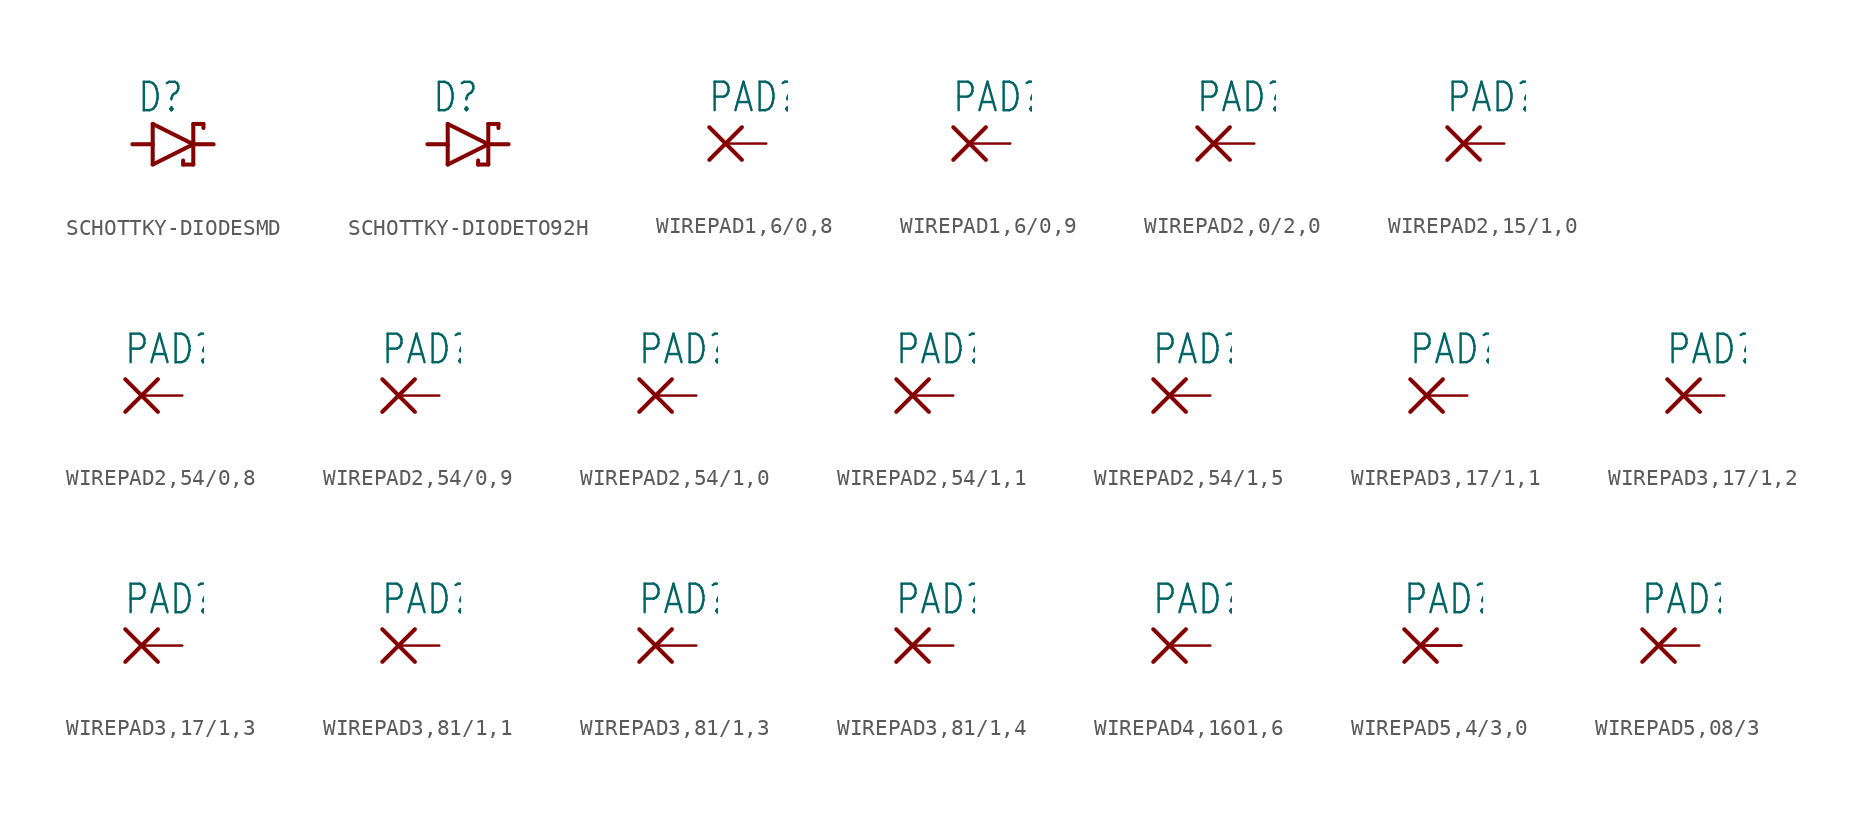
<source format=kicad_sym>
(kicad_symbol_lib
  (version 20241209)
  (generator "kicad_symbol_editor")
  (generator_version "9.0")
  (symbol "SCHOTTKY-DIODESMD"
    (property "Reference" "D"
      (at -2.286 1.905 0)
      (effects (font (size 1.778 1.511)) (justify left bottom)))
    (property "Value" ""
      (at -2.286 -3.429 0)
      (effects (font (size 1.778 1.511)) (justify left bottom)))
    (property "ki_locked" ""
      (at 0 0 0)
      (effects (font (size 1.27 1.27))))
    (symbol "SCHOTTKY-DIODESMD_1_0"
      (polyline (pts (xy -1.27 1.27) (xy -1.27 0)) (stroke (width 0.254) (type solid)) (fill (type none)))
      (polyline (pts (xy -1.27 0) (xy -2.54 0)) (stroke (width 0.254) (type solid)) (fill (type none)))
      (polyline (pts (xy -1.27 0) (xy -1.27 -1.27)) (stroke (width 0.254) (type solid)) (fill (type none)))
      (polyline (pts (xy -1.27 -1.27) (xy 1.27 0)) (stroke (width 0.254) (type solid)) (fill (type none)))
      (polyline (pts (xy 0.635 -1.016) (xy 0.635 -1.27)) (stroke (width 0.254) (type solid)) (fill (type none)))
      (polyline (pts (xy 1.27 1.27) (xy 1.27 0)) (stroke (width 0.254) (type solid)) (fill (type none)))
      (polyline (pts (xy 1.27 0) (xy -1.27 1.27)) (stroke (width 0.254) (type solid)) (fill (type none)))
      (polyline (pts (xy 1.27 0) (xy 1.27 -1.27)) (stroke (width 0.254) (type solid)) (fill (type none)))
      (polyline (pts (xy 1.27 0) (xy 2.54 0)) (stroke (width 0.254) (type solid)) (fill (type none)))
      (polyline (pts (xy 1.27 -1.27) (xy 0.635 -1.27)) (stroke (width 0.254) (type solid)) (fill (type none)))
      (polyline (pts (xy 1.905 1.27) (xy 1.27 1.27)) (stroke (width 0.254) (type solid)) (fill (type none)))
      (polyline (pts (xy 1.905 1.27) (xy 1.905 1.016)) (stroke (width 0.254) (type solid)) (fill (type none)))
      (pin passive line (at -2.54 0 0) (length 0) (name "A" (effects (font (size 0 0)))) (number "A" (effects (font (size 0 0)))))
      (pin passive line (at 2.54 0 180) (length 0) (name "C" (effects (font (size 0 0)))) (number "C" (effects (font (size 0 0)))))))
  (symbol "SCHOTTKY-DIODETO92H"
    (property "Reference" "D"
      (at -2.286 1.905 0)
      (effects (font (size 1.778 1.511)) (justify left bottom)))
    (property "Value" ""
      (at -2.286 -3.429 0)
      (effects (font (size 1.778 1.511)) (justify left bottom)))
    (property "ki_locked" ""
      (at 0 0 0)
      (effects (font (size 1.27 1.27))))
    (symbol "SCHOTTKY-DIODETO92H_1_0"
      (polyline (pts (xy -1.27 1.27) (xy -1.27 0)) (stroke (width 0.254) (type solid)) (fill (type none)))
      (polyline (pts (xy -1.27 0) (xy -2.54 0)) (stroke (width 0.254) (type solid)) (fill (type none)))
      (polyline (pts (xy -1.27 0) (xy -1.27 -1.27)) (stroke (width 0.254) (type solid)) (fill (type none)))
      (polyline (pts (xy -1.27 -1.27) (xy 1.27 0)) (stroke (width 0.254) (type solid)) (fill (type none)))
      (polyline (pts (xy 0.635 -1.016) (xy 0.635 -1.27)) (stroke (width 0.254) (type solid)) (fill (type none)))
      (polyline (pts (xy 1.27 1.27) (xy 1.27 0)) (stroke (width 0.254) (type solid)) (fill (type none)))
      (polyline (pts (xy 1.27 0) (xy -1.27 1.27)) (stroke (width 0.254) (type solid)) (fill (type none)))
      (polyline (pts (xy 1.27 0) (xy 1.27 -1.27)) (stroke (width 0.254) (type solid)) (fill (type none)))
      (polyline (pts (xy 1.27 0) (xy 2.54 0)) (stroke (width 0.254) (type solid)) (fill (type none)))
      (polyline (pts (xy 1.27 -1.27) (xy 0.635 -1.27)) (stroke (width 0.254) (type solid)) (fill (type none)))
      (polyline (pts (xy 1.905 1.27) (xy 1.27 1.27)) (stroke (width 0.254) (type solid)) (fill (type none)))
      (polyline (pts (xy 1.905 1.27) (xy 1.905 1.016)) (stroke (width 0.254) (type solid)) (fill (type none)))
      (pin passive line (at -2.54 0 0) (length 0) (name "A" (effects (font (size 0 0)))) (number "1" (effects (font (size 0 0)))))
      (pin passive line (at 2.54 0 180) (length 0) (name "C" (effects (font (size 0 0)))) (number "2" (effects (font (size 0 0)))))))
  (symbol "WIREPAD1,6/0,8"
    (property "Reference" "PAD"
      (at -1.143 1.854 0)
      (effects (font (size 1.778 1.511)) (justify left bottom)))
    (property "Value" ""
      (at -1.143 -3.302 0)
      (effects (font (size 1.778 1.511)) (justify left bottom)))
    (property "ki_locked" ""
      (at 0 0 0)
      (effects (font (size 1.27 1.27))))
    (symbol "WIREPAD1,6/0,8_1_0"
      (polyline (pts (xy -1.016 1.016) (xy 1.016 -1.016)) (stroke (width 0.254) (type solid)) (fill (type none)))
      (polyline (pts (xy -1.016 -1.016) (xy 1.016 1.016)) (stroke (width 0.254) (type solid)) (fill (type none)))
      (pin passive line (at 2.54 0 180) (length 2.54) (name "P" (effects (font (size 0 0)))) (number "1" (effects (font (size 0 0)))))))
  (symbol "WIREPAD1,6/0,9"
    (property "Reference" "PAD"
      (at -1.143 1.854 0)
      (effects (font (size 1.778 1.511)) (justify left bottom)))
    (property "Value" ""
      (at -1.143 -3.302 0)
      (effects (font (size 1.778 1.511)) (justify left bottom)))
    (property "ki_locked" ""
      (at 0 0 0)
      (effects (font (size 1.27 1.27))))
    (symbol "WIREPAD1,6/0,9_1_0"
      (polyline (pts (xy -1.016 1.016) (xy 1.016 -1.016)) (stroke (width 0.254) (type solid)) (fill (type none)))
      (polyline (pts (xy -1.016 -1.016) (xy 1.016 1.016)) (stroke (width 0.254) (type solid)) (fill (type none)))
      (pin passive line (at 2.54 0 180) (length 2.54) (name "P" (effects (font (size 0 0)))) (number "1" (effects (font (size 0 0)))))))
  (symbol "WIREPAD2,0/2,0"
    (property "Reference" "PAD"
      (at -1.143 1.854 0)
      (effects (font (size 1.778 1.511)) (justify left bottom)))
    (property "Value" ""
      (at -1.143 -3.302 0)
      (effects (font (size 1.778 1.511)) (justify left bottom)))
    (property "ki_locked" ""
      (at 0 0 0)
      (effects (font (size 1.27 1.27))))
    (symbol "WIREPAD2,0/2,0_1_0"
      (polyline (pts (xy -1.016 1.016) (xy 1.016 -1.016)) (stroke (width 0.254) (type solid)) (fill (type none)))
      (polyline (pts (xy -1.016 -1.016) (xy 1.016 1.016)) (stroke (width 0.254) (type solid)) (fill (type none)))
      (pin passive line (at 2.54 0 180) (length 2.54) (name "P" (effects (font (size 0 0)))) (number "1" (effects (font (size 0 0)))))))
  (symbol "WIREPAD2,15/1,0"
    (property "Reference" "PAD"
      (at -1.143 1.854 0)
      (effects (font (size 1.778 1.511)) (justify left bottom)))
    (property "Value" ""
      (at -1.143 -3.302 0)
      (effects (font (size 1.778 1.511)) (justify left bottom)))
    (property "ki_locked" ""
      (at 0 0 0)
      (effects (font (size 1.27 1.27))))
    (symbol "WIREPAD2,15/1,0_1_0"
      (polyline (pts (xy -1.016 1.016) (xy 1.016 -1.016)) (stroke (width 0.254) (type solid)) (fill (type none)))
      (polyline (pts (xy -1.016 -1.016) (xy 1.016 1.016)) (stroke (width 0.254) (type solid)) (fill (type none)))
      (pin passive line (at 2.54 0 180) (length 2.54) (name "P" (effects (font (size 0 0)))) (number "1" (effects (font (size 0 0)))))))
  (symbol "WIREPAD2,54/0,8"
    (property "Reference" "PAD"
      (at -1.143 1.854 0)
      (effects (font (size 1.778 1.511)) (justify left bottom)))
    (property "Value" ""
      (at -1.143 -3.302 0)
      (effects (font (size 1.778 1.511)) (justify left bottom)))
    (property "ki_locked" ""
      (at 0 0 0)
      (effects (font (size 1.27 1.27))))
    (symbol "WIREPAD2,54/0,8_1_0"
      (polyline (pts (xy -1.016 1.016) (xy 1.016 -1.016)) (stroke (width 0.254) (type solid)) (fill (type none)))
      (polyline (pts (xy -1.016 -1.016) (xy 1.016 1.016)) (stroke (width 0.254) (type solid)) (fill (type none)))
      (pin passive line (at 2.54 0 180) (length 2.54) (name "P" (effects (font (size 0 0)))) (number "1" (effects (font (size 0 0)))))))
  (symbol "WIREPAD2,54/0,9"
    (property "Reference" "PAD"
      (at -1.143 1.854 0)
      (effects (font (size 1.778 1.511)) (justify left bottom)))
    (property "Value" ""
      (at -1.143 -3.302 0)
      (effects (font (size 1.778 1.511)) (justify left bottom)))
    (property "ki_locked" ""
      (at 0 0 0)
      (effects (font (size 1.27 1.27))))
    (symbol "WIREPAD2,54/0,9_1_0"
      (polyline (pts (xy -1.016 1.016) (xy 1.016 -1.016)) (stroke (width 0.254) (type solid)) (fill (type none)))
      (polyline (pts (xy -1.016 -1.016) (xy 1.016 1.016)) (stroke (width 0.254) (type solid)) (fill (type none)))
      (pin passive line (at 2.54 0 180) (length 2.54) (name "P" (effects (font (size 0 0)))) (number "1" (effects (font (size 0 0)))))))
  (symbol "WIREPAD2,54/1,0"
    (property "Reference" "PAD"
      (at -1.143 1.854 0)
      (effects (font (size 1.778 1.511)) (justify left bottom)))
    (property "Value" ""
      (at -1.143 -3.302 0)
      (effects (font (size 1.778 1.511)) (justify left bottom)))
    (property "ki_locked" ""
      (at 0 0 0)
      (effects (font (size 1.27 1.27))))
    (symbol "WIREPAD2,54/1,0_1_0"
      (polyline (pts (xy -1.016 1.016) (xy 1.016 -1.016)) (stroke (width 0.254) (type solid)) (fill (type none)))
      (polyline (pts (xy -1.016 -1.016) (xy 1.016 1.016)) (stroke (width 0.254) (type solid)) (fill (type none)))
      (pin passive line (at 2.54 0 180) (length 2.54) (name "P" (effects (font (size 0 0)))) (number "1" (effects (font (size 0 0)))))))
  (symbol "WIREPAD2,54/1,1"
    (property "Reference" "PAD"
      (at -1.143 1.854 0)
      (effects (font (size 1.778 1.511)) (justify left bottom)))
    (property "Value" ""
      (at -1.143 -3.302 0)
      (effects (font (size 1.778 1.511)) (justify left bottom)))
    (property "ki_locked" ""
      (at 0 0 0)
      (effects (font (size 1.27 1.27))))
    (symbol "WIREPAD2,54/1,1_1_0"
      (polyline (pts (xy -1.016 1.016) (xy 1.016 -1.016)) (stroke (width 0.254) (type solid)) (fill (type none)))
      (polyline (pts (xy -1.016 -1.016) (xy 1.016 1.016)) (stroke (width 0.254) (type solid)) (fill (type none)))
      (pin passive line (at 2.54 0 180) (length 2.54) (name "P" (effects (font (size 0 0)))) (number "1" (effects (font (size 0 0)))))))
  (symbol "WIREPAD2,54/1,5"
    (property "Reference" "PAD"
      (at -1.143 1.854 0)
      (effects (font (size 1.778 1.511)) (justify left bottom)))
    (property "Value" ""
      (at -1.143 -3.302 0)
      (effects (font (size 1.778 1.511)) (justify left bottom)))
    (property "ki_locked" ""
      (at 0 0 0)
      (effects (font (size 1.27 1.27))))
    (symbol "WIREPAD2,54/1,5_1_0"
      (polyline (pts (xy -1.016 1.016) (xy 1.016 -1.016)) (stroke (width 0.254) (type solid)) (fill (type none)))
      (polyline (pts (xy -1.016 -1.016) (xy 1.016 1.016)) (stroke (width 0.254) (type solid)) (fill (type none)))
      (pin passive line (at 2.54 0 180) (length 2.54) (name "P" (effects (font (size 0 0)))) (number "P$1" (effects (font (size 0 0)))))))
  (symbol "WIREPAD3,17/1,1"
    (property "Reference" "PAD"
      (at -1.143 1.854 0)
      (effects (font (size 1.778 1.511)) (justify left bottom)))
    (property "Value" ""
      (at -1.143 -3.302 0)
      (effects (font (size 1.778 1.511)) (justify left bottom)))
    (property "ki_locked" ""
      (at 0 0 0)
      (effects (font (size 1.27 1.27))))
    (symbol "WIREPAD3,17/1,1_1_0"
      (polyline (pts (xy -1.016 1.016) (xy 1.016 -1.016)) (stroke (width 0.254) (type solid)) (fill (type none)))
      (polyline (pts (xy -1.016 -1.016) (xy 1.016 1.016)) (stroke (width 0.254) (type solid)) (fill (type none)))
      (pin passive line (at 2.54 0 180) (length 2.54) (name "P" (effects (font (size 0 0)))) (number "1" (effects (font (size 0 0)))))))
  (symbol "WIREPAD3,17/1,2"
    (property "Reference" "PAD"
      (at -1.143 1.854 0)
      (effects (font (size 1.778 1.511)) (justify left bottom)))
    (property "Value" ""
      (at -1.143 -3.302 0)
      (effects (font (size 1.778 1.511)) (justify left bottom)))
    (property "ki_locked" ""
      (at 0 0 0)
      (effects (font (size 1.27 1.27))))
    (symbol "WIREPAD3,17/1,2_1_0"
      (polyline (pts (xy -1.016 1.016) (xy 1.016 -1.016)) (stroke (width 0.254) (type solid)) (fill (type none)))
      (polyline (pts (xy -1.016 -1.016) (xy 1.016 1.016)) (stroke (width 0.254) (type solid)) (fill (type none)))
      (pin passive line (at 2.54 0 180) (length 2.54) (name "P" (effects (font (size 0 0)))) (number "1" (effects (font (size 0 0)))))))
  (symbol "WIREPAD3,17/1,3"
    (property "Reference" "PAD"
      (at -1.143 1.854 0)
      (effects (font (size 1.778 1.511)) (justify left bottom)))
    (property "Value" ""
      (at -1.143 -3.302 0)
      (effects (font (size 1.778 1.511)) (justify left bottom)))
    (property "ki_locked" ""
      (at 0 0 0)
      (effects (font (size 1.27 1.27))))
    (symbol "WIREPAD3,17/1,3_1_0"
      (polyline (pts (xy -1.016 1.016) (xy 1.016 -1.016)) (stroke (width 0.254) (type solid)) (fill (type none)))
      (polyline (pts (xy -1.016 -1.016) (xy 1.016 1.016)) (stroke (width 0.254) (type solid)) (fill (type none)))
      (pin passive line (at 2.54 0 180) (length 2.54) (name "P" (effects (font (size 0 0)))) (number "1" (effects (font (size 0 0)))))))
  (symbol "WIREPAD3,81/1,1"
    (property "Reference" "PAD"
      (at -1.143 1.854 0)
      (effects (font (size 1.778 1.511)) (justify left bottom)))
    (property "Value" ""
      (at -1.143 -3.302 0)
      (effects (font (size 1.778 1.511)) (justify left bottom)))
    (property "ki_locked" ""
      (at 0 0 0)
      (effects (font (size 1.27 1.27))))
    (symbol "WIREPAD3,81/1,1_1_0"
      (polyline (pts (xy -1.016 1.016) (xy 1.016 -1.016)) (stroke (width 0.254) (type solid)) (fill (type none)))
      (polyline (pts (xy -1.016 -1.016) (xy 1.016 1.016)) (stroke (width 0.254) (type solid)) (fill (type none)))
      (pin passive line (at 2.54 0 180) (length 2.54) (name "P" (effects (font (size 0 0)))) (number "1" (effects (font (size 0 0)))))))
  (symbol "WIREPAD3,81/1,3"
    (property "Reference" "PAD"
      (at -1.143 1.854 0)
      (effects (font (size 1.778 1.511)) (justify left bottom)))
    (property "Value" ""
      (at -1.143 -3.302 0)
      (effects (font (size 1.778 1.511)) (justify left bottom)))
    (property "ki_locked" ""
      (at 0 0 0)
      (effects (font (size 1.27 1.27))))
    (symbol "WIREPAD3,81/1,3_1_0"
      (polyline (pts (xy -1.016 1.016) (xy 1.016 -1.016)) (stroke (width 0.254) (type solid)) (fill (type none)))
      (polyline (pts (xy -1.016 -1.016) (xy 1.016 1.016)) (stroke (width 0.254) (type solid)) (fill (type none)))
      (pin passive line (at 2.54 0 180) (length 2.54) (name "P" (effects (font (size 0 0)))) (number "1" (effects (font (size 0 0)))))))
  (symbol "WIREPAD3,81/1,4"
    (property "Reference" "PAD"
      (at -1.143 1.854 0)
      (effects (font (size 1.778 1.511)) (justify left bottom)))
    (property "Value" ""
      (at -1.143 -3.302 0)
      (effects (font (size 1.778 1.511)) (justify left bottom)))
    (property "ki_locked" ""
      (at 0 0 0)
      (effects (font (size 1.27 1.27))))
    (symbol "WIREPAD3,81/1,4_1_0"
      (polyline (pts (xy -1.016 1.016) (xy 1.016 -1.016)) (stroke (width 0.254) (type solid)) (fill (type none)))
      (polyline (pts (xy -1.016 -1.016) (xy 1.016 1.016)) (stroke (width 0.254) (type solid)) (fill (type none)))
      (pin passive line (at 2.54 0 180) (length 2.54) (name "P" (effects (font (size 0 0)))) (number "1" (effects (font (size 0 0)))))))
  (symbol "WIREPAD4,16O1,6"
    (property "Reference" "PAD"
      (at -1.143 1.854 0)
      (effects (font (size 1.778 1.511)) (justify left bottom)))
    (property "Value" ""
      (at -1.143 -3.302 0)
      (effects (font (size 1.778 1.511)) (justify left bottom)))
    (property "ki_locked" ""
      (at 0 0 0)
      (effects (font (size 1.27 1.27))))
    (symbol "WIREPAD4,16O1,6_1_0"
      (polyline (pts (xy -1.016 1.016) (xy 1.016 -1.016)) (stroke (width 0.254) (type solid)) (fill (type none)))
      (polyline (pts (xy -1.016 -1.016) (xy 1.016 1.016)) (stroke (width 0.254) (type solid)) (fill (type none)))
      (pin passive line (at 2.54 0 180) (length 2.54) (name "P" (effects (font (size 0 0)))) (number "1" (effects (font (size 0 0)))))))
  (symbol "WIREPAD5,4/3,0"
    (property "Reference" "PAD"
      (at -1.143 1.854 0)
      (effects (font (size 1.778 1.511)) (justify left bottom)))
    (property "Value" ""
      (at -1.143 -3.302 0)
      (effects (font (size 1.778 1.511)) (justify left bottom)))
    (property "ki_locked" ""
      (at 0 0 0)
      (effects (font (size 1.27 1.27))))
    (symbol "WIREPAD5,4/3,0_1_0"
      (polyline (pts (xy -1.016 1.016) (xy 1.016 -1.016)) (stroke (width 0.254) (type solid)) (fill (type none)))
      (polyline (pts (xy -1.016 -1.016) (xy 1.016 1.016)) (stroke (width 0.254) (type solid)) (fill (type none)))
      (pin passive line (at 2.54 0 180) (length 2.54) (name "P" (effects (font (size 0 0)))) (number "1" (effects (font (size 0 0)))))
      (pin passive line (at 2.54 0 180) (length 2.54) (name "P" (effects (font (size 0 0)))) (number "2" (effects (font (size 0 0)))))))
  (symbol "WIREPAD5,08/3"
    (property "Reference" "PAD"
      (at -1.143 1.854 0)
      (effects (font (size 1.778 1.511)) (justify left bottom)))
    (property "Value" ""
      (at -1.143 -3.302 0)
      (effects (font (size 1.778 1.511)) (justify left bottom)))
    (property "ki_locked" ""
      (at 0 0 0)
      (effects (font (size 1.27 1.27))))
    (symbol "WIREPAD5,08/3_1_0"
      (polyline (pts (xy -1.016 1.016) (xy 1.016 -1.016)) (stroke (width 0.254) (type solid)) (fill (type none)))
      (polyline (pts (xy -1.016 -1.016) (xy 1.016 1.016)) (stroke (width 0.254) (type solid)) (fill (type none)))
      (pin passive line (at 2.54 0 180) (length 2.54) (name "P" (effects (font (size 0 0)))) (number "P$1" (effects (font (size 0 0))))))))
</source>
